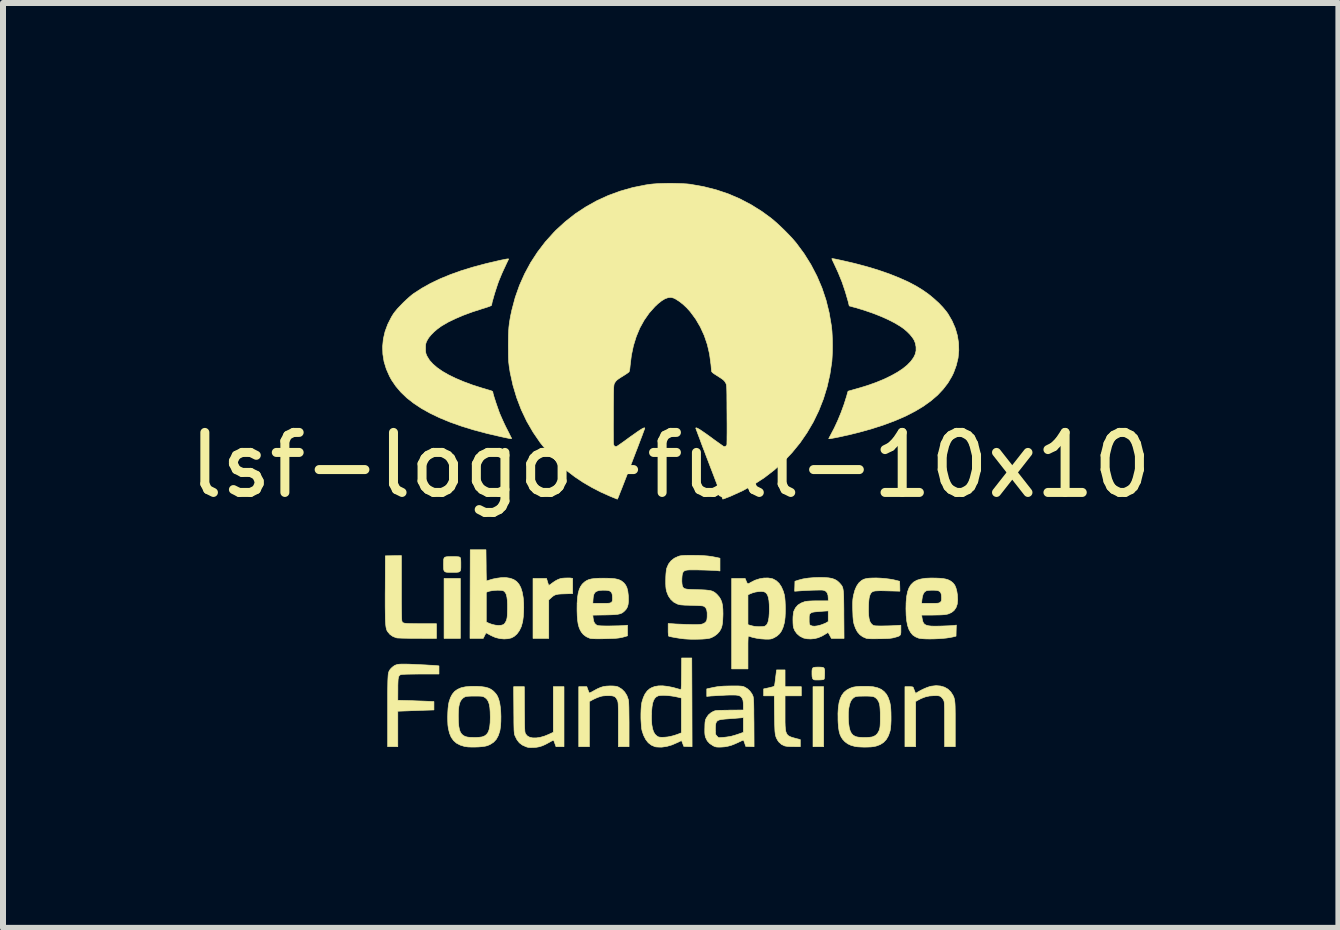
<source format=kicad_pcb>
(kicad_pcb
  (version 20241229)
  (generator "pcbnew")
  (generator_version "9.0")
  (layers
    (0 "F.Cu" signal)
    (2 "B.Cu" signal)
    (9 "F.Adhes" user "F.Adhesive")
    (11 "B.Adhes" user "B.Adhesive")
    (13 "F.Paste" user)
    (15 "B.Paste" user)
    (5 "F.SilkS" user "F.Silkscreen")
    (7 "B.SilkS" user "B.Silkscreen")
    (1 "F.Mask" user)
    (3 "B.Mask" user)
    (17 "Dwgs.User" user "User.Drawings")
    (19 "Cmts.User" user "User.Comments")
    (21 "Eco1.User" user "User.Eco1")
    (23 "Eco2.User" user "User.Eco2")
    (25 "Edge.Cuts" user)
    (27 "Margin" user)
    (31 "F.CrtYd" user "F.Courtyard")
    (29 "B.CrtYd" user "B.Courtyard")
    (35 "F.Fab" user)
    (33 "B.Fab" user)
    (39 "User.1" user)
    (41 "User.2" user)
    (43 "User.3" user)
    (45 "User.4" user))
  (footprint "lsf-logo-full-10x10"
    (layer "F.Cu")
    (at 8.125 4.7)
    (property "Reference" "lsf-logo-full-10x10" (at 0 0 0) (layer "F.SilkS") (effects (font (size 1 1) (thickness 0.15))))
    (attr exclude_from_pos_files exclude_from_bom)
    (fp_poly (pts (xy -3.505 2.887) (xy -3.776 2.887) (xy -3.776 1.888) (xy -3.505 1.888) (xy -3.505 2.887)) (stroke (width 0.01) (type solid)) (fill yes) (layer "F.SilkS"))
    (fp_poly (pts (xy 2.548 4.691) (xy 2.371 4.691) (xy 2.371 3.691) (xy 2.548 3.691) (xy 2.548 4.691)) (stroke (width 0.01) (type solid)) (fill yes) (layer "F.SilkS"))
    (fp_poly (pts (xy 2.502 3.366) (xy 2.532 3.369) (xy 2.551 3.378) (xy 2.561 3.395) (xy 2.565 3.423) (xy 2.565 3.465) (xy 2.565 3.47) (xy 2.564 3.507) (xy 2.562 3.538) (xy 2.559 3.559) (xy 2.557 3.564) (xy 2.548 3.571) (xy 2.528 3.576) (xy 2.496 3.578) (xy 2.475 3.579) (xy 2.44 3.579) (xy 2.41 3.579) (xy 2.391 3.577) (xy 2.388 3.576) (xy 2.372 3.566) (xy 2.362 3.55) (xy 2.356 3.524) (xy 2.354 3.486) (xy 2.354 3.471) (xy 2.354 3.427) (xy 2.358 3.398) (xy 2.368 3.379) (xy 2.387 3.37) (xy 2.417 3.366) (xy 2.458 3.365) (xy 2.502 3.366)) (stroke (width 0.01) (type solid)) (fill yes) (layer "F.SilkS"))
    (fp_poly (pts (xy -1.685 1.88) (xy -1.662 1.882) (xy -1.656 1.883) (xy -1.634 1.888) (xy -1.634 2.14) (xy -1.763 2.144) (xy -1.822 2.146) (xy -1.867 2.149) (xy -1.901 2.155) (xy -1.929 2.164) (xy -1.953 2.177) (xy -1.977 2.196) (xy -1.993 2.21) (xy -2.032 2.246) (xy -2.032 2.887) (xy -2.294 2.887) (xy -2.294 1.888) (xy -2.069 1.888) (xy -2.053 1.941) (xy -2.044 1.969) (xy -2.037 1.991) (xy -2.032 2.001) (xy -2.023 1.999) (xy -2.006 1.989) (xy -1.985 1.973) (xy -1.954 1.95) (xy -1.917 1.926) (xy -1.889 1.911) (xy -1.859 1.898) (xy -1.832 1.889) (xy -1.802 1.884) (xy -1.762 1.881) (xy -1.756 1.881) (xy -1.718 1.88) (xy -1.685 1.88)) (stroke (width 0.01) (type solid)) (fill yes) (layer "F.SilkS"))
    (fp_poly (pts (xy -3.638 1.524) (xy -3.59 1.524) (xy -3.555 1.526) (xy -3.532 1.528) (xy -3.518 1.532) (xy -3.51 1.537) (xy -3.504 1.546) (xy -3.5 1.562) (xy -3.498 1.587) (xy -3.497 1.624) (xy -3.497 1.655) (xy -3.497 1.703) (xy -3.499 1.737) (xy -3.505 1.761) (xy -3.518 1.775) (xy -3.54 1.783) (xy -3.574 1.786) (xy -3.621 1.786) (xy -3.643 1.786) (xy -3.688 1.786) (xy -3.72 1.785) (xy -3.741 1.783) (xy -3.754 1.779) (xy -3.764 1.773) (xy -3.768 1.77) (xy -3.775 1.76) (xy -3.78 1.748) (xy -3.783 1.73) (xy -3.784 1.702) (xy -3.785 1.661) (xy -3.785 1.652) (xy -3.784 1.606) (xy -3.783 1.572) (xy -3.776 1.549) (xy -3.764 1.535) (xy -3.742 1.528) (xy -3.71 1.525) (xy -3.663 1.524) (xy -3.638 1.524)) (stroke (width 0.01) (type solid)) (fill yes) (layer "F.SilkS"))
    (fp_poly (pts (xy -4.487 2.044) (xy -4.487 2.167) (xy -4.487 2.274) (xy -4.486 2.364) (xy -4.485 2.439) (xy -4.484 2.5) (xy -4.483 2.546) (xy -4.481 2.578) (xy -4.479 2.597) (xy -4.478 2.602) (xy -4.472 2.613) (xy -4.465 2.621) (xy -4.454 2.628) (xy -4.437 2.633) (xy -4.414 2.636) (xy -4.381 2.639) (xy -4.338 2.64) (xy -4.282 2.641) (xy -4.213 2.642) (xy -4.165 2.642) (xy -3.903 2.642) (xy -3.903 2.887) (xy -4.219 2.886) (xy -4.291 2.886) (xy -4.36 2.885) (xy -4.422 2.884) (xy -4.476 2.883) (xy -4.519 2.881) (xy -4.55 2.88) (xy -4.566 2.878) (xy -4.566 2.878) (xy -4.626 2.856) (xy -4.676 2.822) (xy -4.715 2.776) (xy -4.726 2.758) (xy -4.732 2.744) (xy -4.737 2.727) (xy -4.742 2.706) (xy -4.746 2.68) (xy -4.749 2.648) (xy -4.752 2.609) (xy -4.754 2.561) (xy -4.755 2.503) (xy -4.756 2.433) (xy -4.757 2.352) (xy -4.757 2.257) (xy -4.757 2.147) (xy -4.756 2.049) (xy -4.754 1.511) (xy -4.487 1.507) (xy -4.487 2.044)) (stroke (width 0.01) (type solid)) (fill yes) (layer "F.SilkS"))
    (fp_poly (pts (xy 1.905 3.691) (xy 2.176 3.691) (xy 2.176 3.844) (xy 1.905 3.844) (xy 1.905 4.114) (xy 1.905 4.206) (xy 1.905 4.282) (xy 1.907 4.345) (xy 1.911 4.395) (xy 1.917 4.435) (xy 1.928 4.466) (xy 1.942 4.49) (xy 1.962 4.509) (xy 1.988 4.523) (xy 2.021 4.536) (xy 2.061 4.547) (xy 2.109 4.56) (xy 2.123 4.563) (xy 2.159 4.573) (xy 2.159 4.691) (xy 2.047 4.69) (xy 1.993 4.689) (xy 1.946 4.686) (xy 1.912 4.681) (xy 1.898 4.678) (xy 1.846 4.653) (xy 1.803 4.614) (xy 1.782 4.585) (xy 1.77 4.563) (xy 1.76 4.543) (xy 1.752 4.522) (xy 1.746 4.498) (xy 1.741 4.47) (xy 1.737 4.434) (xy 1.735 4.39) (xy 1.733 4.336) (xy 1.731 4.269) (xy 1.73 4.188) (xy 1.729 4.151) (xy 1.726 3.844) (xy 1.549 3.844) (xy 1.549 3.728) (xy 1.638 3.709) (xy 1.678 3.699) (xy 1.704 3.692) (xy 1.72 3.685) (xy 1.728 3.677) (xy 1.73 3.671) (xy 1.733 3.657) (xy 1.737 3.629) (xy 1.742 3.591) (xy 1.747 3.548) (xy 1.749 3.533) (xy 1.764 3.412) (xy 1.905 3.412) (xy 1.905 3.691)) (stroke (width 0.01) (type solid)) (fill yes) (layer "F.SilkS"))
    (fp_poly (pts (xy -2.437 4.07) (xy -2.436 4.161) (xy -2.435 4.235) (xy -2.435 4.296) (xy -2.434 4.345) (xy -2.433 4.383) (xy -2.431 4.413) (xy -2.43 4.434) (xy -2.427 4.45) (xy -2.425 4.462) (xy -2.421 4.471) (xy -2.417 4.478) (xy -2.417 4.479) (xy -2.389 4.512) (xy -2.349 4.534) (xy -2.298 4.545) (xy -2.239 4.545) (xy -2.173 4.535) (xy -2.1 4.514) (xy -2.034 4.487) (xy -1.956 4.451) (xy -1.956 3.691) (xy -1.778 3.691) (xy -1.778 4.691) (xy -1.911 4.691) (xy -1.93 4.638) (xy -1.94 4.61) (xy -1.948 4.59) (xy -1.952 4.582) (xy -1.96 4.585) (xy -1.979 4.594) (xy -2.006 4.609) (xy -2.029 4.622) (xy -2.089 4.654) (xy -2.141 4.677) (xy -2.189 4.692) (xy -2.239 4.701) (xy -2.286 4.704) (xy -2.33 4.705) (xy -2.364 4.704) (xy -2.392 4.698) (xy -2.41 4.692) (xy -2.472 4.664) (xy -2.522 4.626) (xy -2.561 4.576) (xy -2.592 4.514) (xy -2.597 4.502) (xy -2.601 4.491) (xy -2.604 4.478) (xy -2.606 4.461) (xy -2.608 4.44) (xy -2.61 4.413) (xy -2.611 4.377) (xy -2.612 4.332) (xy -2.613 4.276) (xy -2.613 4.206) (xy -2.614 4.122) (xy -2.614 4.079) (xy -2.617 3.691) (xy -2.439 3.691) (xy -2.437 4.07)) (stroke (width 0.01) (type solid)) (fill yes) (layer "F.SilkS"))
    (fp_poly (pts (xy 4.495 3.68) (xy 4.561 3.699) (xy 4.619 3.732) (xy 4.667 3.779) (xy 4.702 3.833) (xy 4.711 3.852) (xy 4.719 3.871) (xy 4.725 3.892) (xy 4.73 3.916) (xy 4.734 3.945) (xy 4.737 3.98) (xy 4.739 4.024) (xy 4.74 4.079) (xy 4.741 4.144) (xy 4.741 4.224) (xy 4.741 4.318) (xy 4.741 4.327) (xy 4.741 4.691) (xy 4.564 4.691) (xy 4.563 4.32) (xy 4.563 4.231) (xy 4.563 4.156) (xy 4.563 4.096) (xy 4.562 4.047) (xy 4.561 4.01) (xy 4.56 3.98) (xy 4.558 3.958) (xy 4.556 3.942) (xy 4.553 3.93) (xy 4.549 3.92) (xy 4.547 3.915) (xy 4.53 3.888) (xy 4.508 3.864) (xy 4.503 3.86) (xy 4.489 3.851) (xy 4.474 3.845) (xy 4.455 3.842) (xy 4.427 3.84) (xy 4.386 3.841) (xy 4.386 3.841) (xy 4.31 3.846) (xy 4.241 3.862) (xy 4.171 3.889) (xy 4.125 3.913) (xy 4.081 3.938) (xy 4.081 4.691) (xy 3.903 4.691) (xy 3.903 3.691) (xy 3.97 3.691) (xy 4.004 3.692) (xy 4.025 3.694) (xy 4.036 3.698) (xy 4.042 3.705) (xy 4.043 3.711) (xy 4.051 3.73) (xy 4.061 3.756) (xy 4.065 3.766) (xy 4.081 3.803) (xy 4.117 3.78) (xy 4.165 3.753) (xy 4.218 3.727) (xy 4.27 3.705) (xy 4.317 3.689) (xy 4.342 3.683) (xy 4.422 3.674) (xy 4.495 3.68)) (stroke (width 0.01) (type solid)) (fill yes) (layer "F.SilkS"))
    (fp_poly (pts (xy -1.003 3.679) (xy -0.958 3.68) (xy -0.925 3.683) (xy -0.899 3.687) (xy -0.877 3.695) (xy -0.87 3.698) (xy -0.814 3.733) (xy -0.767 3.78) (xy -0.73 3.839) (xy -0.706 3.907) (xy -0.704 3.918) (xy -0.701 3.94) (xy -0.699 3.979) (xy -0.697 4.033) (xy -0.696 4.102) (xy -0.695 4.186) (xy -0.694 4.285) (xy -0.694 4.327) (xy -0.694 4.691) (xy -0.872 4.691) (xy -0.872 4.32) (xy -0.872 4.231) (xy -0.872 4.157) (xy -0.872 4.097) (xy -0.873 4.05) (xy -0.874 4.012) (xy -0.875 3.983) (xy -0.877 3.962) (xy -0.879 3.946) (xy -0.882 3.934) (xy -0.885 3.924) (xy -0.889 3.915) (xy -0.891 3.912) (xy -0.908 3.882) (xy -0.926 3.862) (xy -0.949 3.85) (xy -0.98 3.843) (xy -1.022 3.841) (xy -1.048 3.841) (xy -1.094 3.842) (xy -1.129 3.845) (xy -1.159 3.851) (xy -1.19 3.861) (xy -1.202 3.865) (xy -1.24 3.88) (xy -1.279 3.898) (xy -1.31 3.914) (xy -1.31 3.914) (xy -1.355 3.939) (xy -1.355 4.691) (xy -1.532 4.691) (xy -1.532 3.691) (xy -1.398 3.691) (xy -1.379 3.743) (xy -1.369 3.769) (xy -1.36 3.789) (xy -1.356 3.797) (xy -1.347 3.794) (xy -1.326 3.784) (xy -1.298 3.769) (xy -1.279 3.758) (xy -1.22 3.726) (xy -1.169 3.704) (xy -1.121 3.689) (xy -1.071 3.682) (xy -1.014 3.679) (xy -1.003 3.679)) (stroke (width 0.01) (type solid)) (fill yes) (layer "F.SilkS"))
    (fp_poly (pts (xy -4.425 3.315) (xy -4.366 3.316) (xy -4.293 3.319) (xy -4.214 3.323) (xy -4.145 3.326) (xy -4.08 3.329) (xy -4.021 3.333) (xy -3.971 3.335) (xy -3.931 3.338) (xy -3.905 3.34) (xy -3.897 3.341) (xy -3.861 3.345) (xy -3.861 3.48) (xy -4.163 3.48) (xy -4.256 3.481) (xy -4.333 3.482) (xy -4.394 3.483) (xy -4.441 3.485) (xy -4.473 3.487) (xy -4.493 3.49) (xy -4.496 3.491) (xy -4.511 3.497) (xy -4.522 3.507) (xy -4.531 3.521) (xy -4.537 3.542) (xy -4.542 3.572) (xy -4.544 3.613) (xy -4.546 3.667) (xy -4.546 3.736) (xy -4.546 3.739) (xy -4.547 3.918) (xy -4.362 3.923) (xy -4.299 3.925) (xy -4.232 3.928) (xy -4.167 3.93) (xy -4.109 3.932) (xy -4.063 3.934) (xy -4.062 3.934) (xy -3.945 3.939) (xy -3.945 4.079) (xy -4.104 4.084) (xy -4.168 4.086) (xy -4.24 4.089) (xy -4.311 4.091) (xy -4.377 4.094) (xy -4.405 4.095) (xy -4.547 4.1) (xy -4.547 4.395) (xy -4.547 4.691) (xy -4.716 4.691) (xy -4.716 4.099) (xy -4.716 3.98) (xy -4.716 3.877) (xy -4.716 3.788) (xy -4.715 3.713) (xy -4.714 3.649) (xy -4.713 3.597) (xy -4.711 3.553) (xy -4.709 3.519) (xy -4.707 3.491) (xy -4.703 3.469) (xy -4.699 3.451) (xy -4.694 3.437) (xy -4.688 3.425) (xy -4.681 3.414) (xy -4.674 3.403) (xy -4.654 3.381) (xy -4.629 3.359) (xy -4.621 3.353) (xy -4.604 3.341) (xy -4.586 3.332) (xy -4.566 3.325) (xy -4.542 3.319) (xy -4.511 3.316) (xy -4.473 3.315) (xy -4.425 3.315)) (stroke (width 0.01) (type solid)) (fill yes) (layer "F.SilkS"))
    (fp_poly (pts (xy 1.689 1.891) (xy 1.706 1.897) (xy 1.759 1.926) (xy 1.806 1.97) (xy 1.845 2.029) (xy 1.876 2.101) (xy 1.894 2.163) (xy 1.901 2.208) (xy 1.906 2.264) (xy 1.909 2.33) (xy 1.91 2.399) (xy 1.909 2.468) (xy 1.906 2.533) (xy 1.9 2.589) (xy 1.893 2.629) (xy 1.872 2.703) (xy 1.846 2.762) (xy 1.813 2.809) (xy 1.772 2.846) (xy 1.729 2.872) (xy 1.704 2.884) (xy 1.683 2.892) (xy 1.663 2.897) (xy 1.637 2.899) (xy 1.603 2.899) (xy 1.575 2.899) (xy 1.502 2.894) (xy 1.426 2.883) (xy 1.355 2.867) (xy 1.302 2.849) (xy 1.298 2.848) (xy 1.294 2.851) (xy 1.292 2.858) (xy 1.29 2.872) (xy 1.289 2.893) (xy 1.288 2.925) (xy 1.287 2.968) (xy 1.287 3.025) (xy 1.287 3.096) (xy 1.287 3.119) (xy 1.287 3.395) (xy 1.016 3.395) (xy 1.016 2.161) (xy 1.287 2.161) (xy 1.287 2.658) (xy 1.331 2.671) (xy 1.366 2.68) (xy 1.394 2.686) (xy 1.423 2.689) (xy 1.458 2.691) (xy 1.484 2.691) (xy 1.532 2.69) (xy 1.566 2.684) (xy 1.574 2.68) (xy 1.597 2.662) (xy 1.615 2.633) (xy 1.628 2.592) (xy 1.637 2.538) (xy 1.642 2.47) (xy 1.644 2.4) (xy 1.642 2.32) (xy 1.637 2.256) (xy 1.627 2.204) (xy 1.614 2.165) (xy 1.595 2.136) (xy 1.576 2.119) (xy 1.548 2.108) (xy 1.507 2.104) (xy 1.46 2.107) (xy 1.409 2.115) (xy 1.358 2.13) (xy 1.323 2.144) (xy 1.287 2.161) (xy 1.016 2.161) (xy 1.016 1.888) (xy 1.24 1.888) (xy 1.255 1.924) (xy 1.268 1.955) (xy 1.279 1.971) (xy 1.291 1.976) (xy 1.308 1.969) (xy 1.335 1.953) (xy 1.404 1.918) (xy 1.478 1.894) (xy 1.552 1.881) (xy 1.623 1.88) (xy 1.689 1.891)) (stroke (width 0.01) (type solid)) (fill yes) (layer "F.SilkS"))
    (fp_poly (pts (xy 3.497 1.883) (xy 3.571 1.889) (xy 3.644 1.898) (xy 3.713 1.91) (xy 3.755 1.92) (xy 3.814 1.935) (xy 3.817 2.018) (xy 3.819 2.1) (xy 3.622 2.095) (xy 3.548 2.093) (xy 3.489 2.092) (xy 3.443 2.094) (xy 3.408 2.096) (xy 3.382 2.101) (xy 3.363 2.109) (xy 3.349 2.118) (xy 3.338 2.131) (xy 3.337 2.132) (xy 3.324 2.154) (xy 3.314 2.181) (xy 3.306 2.215) (xy 3.301 2.258) (xy 3.297 2.315) (xy 3.296 2.35) (xy 3.295 2.434) (xy 3.298 2.503) (xy 3.306 2.559) (xy 3.318 2.603) (xy 3.337 2.636) (xy 3.361 2.66) (xy 3.367 2.664) (xy 3.379 2.671) (xy 3.394 2.675) (xy 3.417 2.678) (xy 3.449 2.679) (xy 3.494 2.68) (xy 3.509 2.68) (xy 3.565 2.679) (xy 3.626 2.678) (xy 3.686 2.676) (xy 3.732 2.673) (xy 3.835 2.667) (xy 3.835 2.747) (xy 3.835 2.786) (xy 3.832 2.814) (xy 3.823 2.832) (xy 3.807 2.846) (xy 3.78 2.857) (xy 3.74 2.868) (xy 3.729 2.871) (xy 3.704 2.878) (xy 3.678 2.882) (xy 3.648 2.886) (xy 3.613 2.889) (xy 3.567 2.89) (xy 3.51 2.892) (xy 3.476 2.892) (xy 3.407 2.893) (xy 3.353 2.893) (xy 3.312 2.892) (xy 3.282 2.889) (xy 3.261 2.886) (xy 3.255 2.884) (xy 3.198 2.859) (xy 3.151 2.824) (xy 3.111 2.778) (xy 3.079 2.718) (xy 3.053 2.644) (xy 3.052 2.637) (xy 3.046 2.61) (xy 3.041 2.573) (xy 3.037 2.526) (xy 3.035 2.465) (xy 3.033 2.417) (xy 3.032 2.356) (xy 3.032 2.308) (xy 3.033 2.269) (xy 3.035 2.237) (xy 3.039 2.208) (xy 3.044 2.177) (xy 3.047 2.164) (xy 3.069 2.083) (xy 3.098 2.016) (xy 3.135 1.962) (xy 3.18 1.922) (xy 3.216 1.902) (xy 3.251 1.892) (xy 3.299 1.884) (xy 3.359 1.881) (xy 3.426 1.88) (xy 3.497 1.883)) (stroke (width 0.01) (type solid)) (fill yes) (layer "F.SilkS"))
    (fp_poly (pts (xy -3.075 1.67) (xy -3.075 1.734) (xy -3.074 1.793) (xy -3.073 1.844) (xy -3.072 1.885) (xy -3.071 1.914) (xy -3.071 1.929) (xy -3.07 1.93) (xy -3.062 1.928) (xy -3.042 1.921) (xy -3.022 1.915) (xy -2.961 1.897) (xy -2.894 1.884) (xy -2.827 1.875) (xy -2.766 1.873) (xy -2.742 1.874) (xy -2.674 1.885) (xy -2.616 1.906) (xy -2.568 1.938) (xy -2.529 1.983) (xy -2.498 2.04) (xy -2.475 2.112) (xy -2.459 2.198) (xy -2.455 2.232) (xy -2.45 2.299) (xy -2.449 2.374) (xy -2.451 2.451) (xy -2.456 2.524) (xy -2.464 2.588) (xy -2.468 2.612) (xy -2.49 2.691) (xy -2.522 2.758) (xy -2.562 2.813) (xy -2.61 2.855) (xy -2.656 2.879) (xy -2.712 2.892) (xy -2.776 2.896) (xy -2.843 2.89) (xy -2.907 2.875) (xy -2.913 2.874) (xy -2.952 2.858) (xy -2.993 2.839) (xy -3.025 2.822) (xy -3.05 2.808) (xy -3.069 2.798) (xy -3.077 2.795) (xy -3.077 2.795) (xy -3.082 2.804) (xy -3.092 2.823) (xy -3.102 2.843) (xy -3.124 2.887) (xy -3.344 2.887) (xy -3.342 2.148) (xy -3.342 2.118) (xy -3.073 2.118) (xy -3.073 2.614) (xy -3.025 2.636) (xy -2.974 2.654) (xy -2.922 2.666) (xy -2.871 2.671) (xy -2.825 2.668) (xy -2.79 2.658) (xy -2.782 2.654) (xy -2.767 2.639) (xy -2.751 2.614) (xy -2.742 2.597) (xy -2.735 2.579) (xy -2.73 2.561) (xy -2.726 2.54) (xy -2.723 2.512) (xy -2.721 2.475) (xy -2.72 2.424) (xy -2.719 2.403) (xy -2.719 2.32) (xy -2.722 2.252) (xy -2.729 2.198) (xy -2.739 2.156) (xy -2.754 2.125) (xy -2.774 2.103) (xy -2.788 2.094) (xy -2.811 2.088) (xy -2.846 2.085) (xy -2.889 2.084) (xy -2.934 2.087) (xy -2.979 2.092) (xy -3.017 2.099) (xy -3.033 2.104) (xy -3.073 2.118) (xy -3.342 2.118) (xy -3.34 1.41) (xy -3.078 1.41) (xy -3.075 1.67)) (stroke (width 0.01) (type solid)) (fill yes) (layer "F.SilkS"))
    (fp_poly (pts (xy 0.354 3.952) (xy 0.356 4.691) (xy 0.287 4.689) (xy 0.218 4.686) (xy 0.201 4.64) (xy 0.191 4.614) (xy 0.184 4.596) (xy 0.181 4.591) (xy 0.174 4.593) (xy 0.154 4.601) (xy 0.127 4.615) (xy 0.111 4.622) (xy 0.022 4.661) (xy -0.064 4.686) (xy -0.146 4.698) (xy -0.172 4.698) (xy -0.208 4.697) (xy -0.239 4.695) (xy -0.26 4.692) (xy -0.262 4.691) (xy -0.322 4.665) (xy -0.374 4.625) (xy -0.416 4.571) (xy -0.451 4.503) (xy -0.476 4.429) (xy -0.484 4.391) (xy -0.489 4.339) (xy -0.493 4.278) (xy -0.495 4.242) (xy -0.32 4.242) (xy -0.315 4.322) (xy -0.303 4.389) (xy -0.286 4.442) (xy -0.261 4.484) (xy -0.23 4.513) (xy -0.207 4.527) (xy -0.181 4.533) (xy -0.143 4.535) (xy -0.097 4.533) (xy -0.046 4.528) (xy 0.004 4.518) (xy 0.025 4.513) (xy 0.064 4.502) (xy 0.103 4.489) (xy 0.133 4.478) (xy 0.178 4.46) (xy 0.178 3.88) (xy 0.121 3.866) (xy 0.06 3.853) (xy -0.002 3.844) (xy -0.063 3.838) (xy -0.119 3.835) (xy -0.166 3.837) (xy -0.201 3.842) (xy -0.209 3.844) (xy -0.241 3.861) (xy -0.266 3.886) (xy -0.286 3.921) (xy -0.301 3.967) (xy -0.311 4.025) (xy -0.318 4.098) (xy -0.32 4.146) (xy -0.32 4.242) (xy -0.495 4.242) (xy -0.496 4.212) (xy -0.496 4.144) (xy -0.494 4.079) (xy -0.49 4.021) (xy -0.484 3.973) (xy -0.48 3.95) (xy -0.456 3.873) (xy -0.427 3.811) (xy -0.391 3.762) (xy -0.348 3.725) (xy -0.319 3.709) (xy -0.265 3.688) (xy -0.203 3.678) (xy -0.133 3.677) (xy -0.053 3.686) (xy 0.038 3.704) (xy 0.142 3.733) (xy 0.163 3.74) (xy 0.167 3.74) (xy 0.17 3.737) (xy 0.173 3.729) (xy 0.175 3.714) (xy 0.176 3.691) (xy 0.178 3.658) (xy 0.178 3.613) (xy 0.179 3.555) (xy 0.18 3.481) (xy 0.18 3.479) (xy 0.182 3.213) (xy 0.351 3.213) (xy 0.354 3.952)) (stroke (width 0.01) (type solid)) (fill yes) (layer "F.SilkS"))
    (fp_poly (pts (xy 2.695 -3.441) (xy 2.719 -3.438) (xy 2.755 -3.431) (xy 2.802 -3.421) (xy 2.857 -3.409) (xy 2.919 -3.395) (xy 2.984 -3.38) (xy 3.052 -3.364) (xy 3.061 -3.362) (xy 3.265 -3.308) (xy 3.457 -3.25) (xy 3.637 -3.188) (xy 3.803 -3.122) (xy 3.955 -3.054) (xy 4.092 -2.982) (xy 4.208 -2.91) (xy 4.297 -2.847) (xy 4.382 -2.777) (xy 4.462 -2.705) (xy 4.533 -2.631) (xy 4.592 -2.56) (xy 4.619 -2.523) (xy 4.687 -2.406) (xy 4.74 -2.285) (xy 4.776 -2.162) (xy 4.796 -2.037) (xy 4.8 -1.911) (xy 4.788 -1.785) (xy 4.758 -1.661) (xy 4.713 -1.538) (xy 4.684 -1.479) (xy 4.619 -1.369) (xy 4.539 -1.265) (xy 4.445 -1.165) (xy 4.335 -1.071) (xy 4.211 -0.982) (xy 4.071 -0.898) (xy 3.916 -0.818) (xy 3.745 -0.744) (xy 3.559 -0.674) (xy 3.356 -0.608) (xy 3.138 -0.547) (xy 3.086 -0.534) (xy 3.029 -0.52) (xy 2.969 -0.505) (xy 2.907 -0.492) (xy 2.847 -0.478) (xy 2.79 -0.466) (xy 2.739 -0.456) (xy 2.695 -0.448) (xy 2.662 -0.442) (xy 2.64 -0.44) (xy 2.633 -0.44) (xy 2.637 -0.45) (xy 2.648 -0.471) (xy 2.663 -0.499) (xy 2.668 -0.509) (xy 2.726 -0.619) (xy 2.783 -0.742) (xy 2.838 -0.875) (xy 2.888 -1.012) (xy 2.932 -1.151) (xy 2.941 -1.185) (xy 2.955 -1.232) (xy 3.11 -1.276) (xy 3.267 -1.323) (xy 3.412 -1.374) (xy 3.545 -1.428) (xy 3.664 -1.485) (xy 3.771 -1.544) (xy 3.863 -1.604) (xy 3.94 -1.666) (xy 4.002 -1.73) (xy 4.048 -1.794) (xy 4.073 -1.846) (xy 4.088 -1.905) (xy 4.088 -1.97) (xy 4.075 -2.035) (xy 4.056 -2.083) (xy 4.027 -2.128) (xy 3.987 -2.177) (xy 3.937 -2.227) (xy 3.883 -2.273) (xy 3.831 -2.31) (xy 3.734 -2.368) (xy 3.623 -2.425) (xy 3.499 -2.48) (xy 3.364 -2.533) (xy 3.221 -2.582) (xy 3.072 -2.627) (xy 3.047 -2.633) (xy 2.975 -2.653) (xy 2.956 -2.73) (xy 2.91 -2.888) (xy 2.855 -3.051) (xy 2.79 -3.21) (xy 2.733 -3.334) (xy 2.715 -3.372) (xy 2.7 -3.404) (xy 2.689 -3.428) (xy 2.685 -3.44) (xy 2.685 -3.441) (xy 2.695 -3.441)) (stroke (width 0.01) (type solid)) (fill yes) (layer "F.SilkS"))
    (fp_poly (pts (xy 4.419 1.882) (xy 4.486 1.885) (xy 4.539 1.89) (xy 4.582 1.898) (xy 4.618 1.908) (xy 4.649 1.923) (xy 4.67 1.935) (xy 4.705 1.964) (xy 4.733 2) (xy 4.753 2.047) (xy 4.768 2.105) (xy 4.777 2.164) (xy 4.781 2.246) (xy 4.774 2.316) (xy 4.754 2.374) (xy 4.722 2.42) (xy 4.679 2.455) (xy 4.622 2.48) (xy 4.585 2.488) (xy 4.561 2.491) (xy 4.524 2.494) (xy 4.477 2.496) (xy 4.423 2.497) (xy 4.366 2.498) (xy 4.358 2.498) (xy 4.181 2.498) (xy 4.187 2.542) (xy 4.194 2.581) (xy 4.203 2.612) (xy 4.216 2.637) (xy 4.235 2.655) (xy 4.262 2.668) (xy 4.299 2.677) (xy 4.346 2.682) (xy 4.407 2.683) (xy 4.481 2.682) (xy 4.514 2.681) (xy 4.57 2.679) (xy 4.622 2.677) (xy 4.667 2.675) (xy 4.702 2.672) (xy 4.724 2.671) (xy 4.727 2.67) (xy 4.759 2.665) (xy 4.756 2.757) (xy 4.754 2.849) (xy 4.699 2.863) (xy 4.651 2.872) (xy 4.593 2.881) (xy 4.527 2.887) (xy 4.457 2.892) (xy 4.386 2.895) (xy 4.317 2.896) (xy 4.253 2.895) (xy 4.197 2.892) (xy 4.153 2.887) (xy 4.129 2.882) (xy 4.077 2.86) (xy 4.033 2.83) (xy 3.998 2.788) (xy 3.969 2.736) (xy 3.947 2.672) (xy 3.932 2.594) (xy 3.923 2.503) (xy 3.92 2.396) (xy 3.92 2.384) (xy 3.922 2.303) (xy 4.18 2.303) (xy 4.324 2.303) (xy 4.377 2.303) (xy 4.416 2.302) (xy 4.444 2.301) (xy 4.463 2.298) (xy 4.476 2.294) (xy 4.486 2.289) (xy 4.49 2.285) (xy 4.502 2.274) (xy 4.509 2.262) (xy 4.512 2.243) (xy 4.513 2.212) (xy 4.513 2.209) (xy 4.51 2.162) (xy 4.501 2.128) (xy 4.484 2.106) (xy 4.459 2.093) (xy 4.456 2.092) (xy 4.425 2.086) (xy 4.385 2.084) (xy 4.341 2.084) (xy 4.3 2.086) (xy 4.267 2.091) (xy 4.259 2.094) (xy 4.23 2.112) (xy 4.208 2.146) (xy 4.193 2.193) (xy 4.186 2.242) (xy 4.18 2.303) (xy 3.922 2.303) (xy 3.923 2.276) (xy 3.932 2.184) (xy 3.948 2.106) (xy 3.972 2.042) (xy 4.005 1.99) (xy 4.047 1.949) (xy 4.101 1.918) (xy 4.166 1.898) (xy 4.244 1.885) (xy 4.336 1.881) (xy 4.419 1.882)) (stroke (width 0.01) (type solid)) (fill yes) (layer "F.SilkS"))
    (fp_poly (pts (xy -3.235 3.685) (xy -3.157 3.69) (xy -3.093 3.699) (xy -3.041 3.713) (xy -2.998 3.733) (xy -2.961 3.759) (xy -2.937 3.782) (xy -2.909 3.814) (xy -2.889 3.845) (xy -2.873 3.881) (xy -2.863 3.91) (xy -2.849 3.964) (xy -2.839 4.031) (xy -2.832 4.107) (xy -2.829 4.186) (xy -2.83 4.265) (xy -2.834 4.339) (xy -2.843 4.405) (xy -2.848 4.432) (xy -2.873 4.507) (xy -2.907 4.569) (xy -2.953 4.618) (xy -3.011 4.655) (xy -3.056 4.674) (xy -3.093 4.683) (xy -3.142 4.69) (xy -3.2 4.695) (xy -3.261 4.697) (xy -3.321 4.697) (xy -3.377 4.695) (xy -3.422 4.689) (xy -3.435 4.687) (xy -3.508 4.664) (xy -3.569 4.632) (xy -3.618 4.589) (xy -3.657 4.534) (xy -3.685 4.467) (xy -3.705 4.385) (xy -3.705 4.385) (xy -3.712 4.331) (xy -3.715 4.267) (xy -3.716 4.196) (xy -3.539 4.196) (xy -3.537 4.281) (xy -3.531 4.35) (xy -3.52 4.406) (xy -3.504 4.45) (xy -3.481 4.483) (xy -3.452 4.507) (xy -3.416 4.524) (xy -3.411 4.525) (xy -3.38 4.532) (xy -3.337 4.536) (xy -3.287 4.537) (xy -3.236 4.537) (xy -3.189 4.534) (xy -3.15 4.529) (xy -3.136 4.526) (xy -3.098 4.51) (xy -3.068 4.487) (xy -3.044 4.454) (xy -3.027 4.412) (xy -3.015 4.357) (xy -3.008 4.289) (xy -3.006 4.206) (xy -3.006 4.196) (xy -3.008 4.111) (xy -3.013 4.041) (xy -3.023 3.985) (xy -3.038 3.94) (xy -3.058 3.906) (xy -3.084 3.88) (xy -3.102 3.868) (xy -3.116 3.86) (xy -3.131 3.855) (xy -3.149 3.851) (xy -3.173 3.849) (xy -3.207 3.848) (xy -3.255 3.848) (xy -3.264 3.848) (xy -3.32 3.848) (xy -3.363 3.85) (xy -3.395 3.852) (xy -3.418 3.857) (xy -3.436 3.865) (xy -3.452 3.875) (xy -3.463 3.883) (xy -3.487 3.908) (xy -3.506 3.938) (xy -3.52 3.977) (xy -3.53 4.024) (xy -3.536 4.084) (xy -3.539 4.157) (xy -3.539 4.196) (xy -3.716 4.196) (xy -3.716 4.196) (xy -3.714 4.124) (xy -3.71 4.056) (xy -3.703 3.994) (xy -3.693 3.945) (xy -3.692 3.942) (xy -3.669 3.874) (xy -3.639 3.817) (xy -3.601 3.771) (xy -3.552 3.736) (xy -3.494 3.71) (xy -3.423 3.694) (xy -3.339 3.686) (xy -3.242 3.685) (xy -3.235 3.685)) (stroke (width 0.01) (type solid)) (fill yes) (layer "F.SilkS"))
    (fp_poly (pts (xy 3.292 3.685) (xy 3.376 3.693) (xy 3.448 3.71) (xy 3.508 3.736) (xy 3.556 3.773) (xy 3.596 3.819) (xy 3.626 3.877) (xy 3.65 3.948) (xy 3.654 3.967) (xy 3.662 4.009) (xy 3.667 4.063) (xy 3.67 4.125) (xy 3.671 4.191) (xy 3.671 4.258) (xy 3.668 4.321) (xy 3.663 4.376) (xy 3.657 4.42) (xy 3.654 4.432) (xy 3.628 4.508) (xy 3.592 4.571) (xy 3.546 4.62) (xy 3.49 4.656) (xy 3.422 4.681) (xy 3.378 4.69) (xy 3.335 4.695) (xy 3.282 4.697) (xy 3.224 4.698) (xy 3.167 4.696) (xy 3.115 4.693) (xy 3.074 4.688) (xy 3.068 4.686) (xy 3.003 4.668) (xy 2.95 4.643) (xy 2.904 4.609) (xy 2.9 4.605) (xy 2.867 4.57) (xy 2.841 4.531) (xy 2.821 4.487) (xy 2.806 4.433) (xy 2.796 4.369) (xy 2.79 4.292) (xy 2.788 4.246) (xy 2.788 4.196) (xy 2.959 4.196) (xy 2.962 4.275) (xy 2.964 4.297) (xy 2.974 4.368) (xy 2.989 4.424) (xy 3.01 4.467) (xy 3.039 4.499) (xy 3.076 4.52) (xy 3.091 4.525) (xy 3.123 4.532) (xy 3.166 4.536) (xy 3.216 4.538) (xy 3.268 4.537) (xy 3.315 4.534) (xy 3.354 4.529) (xy 3.367 4.525) (xy 3.411 4.505) (xy 3.446 4.471) (xy 3.472 4.423) (xy 3.477 4.41) (xy 3.482 4.391) (xy 3.486 4.371) (xy 3.489 4.346) (xy 3.491 4.312) (xy 3.492 4.269) (xy 3.492 4.212) (xy 3.492 4.195) (xy 3.492 4.121) (xy 3.489 4.062) (xy 3.485 4.015) (xy 3.478 3.978) (xy 3.468 3.948) (xy 3.455 3.923) (xy 3.441 3.903) (xy 3.423 3.884) (xy 3.405 3.87) (xy 3.385 3.86) (xy 3.359 3.853) (xy 3.324 3.85) (xy 3.278 3.848) (xy 3.23 3.848) (xy 3.172 3.849) (xy 3.128 3.85) (xy 3.095 3.854) (xy 3.07 3.862) (xy 3.051 3.873) (xy 3.033 3.889) (xy 3.015 3.909) (xy 2.995 3.943) (xy 2.979 3.992) (xy 2.967 4.052) (xy 2.96 4.121) (xy 2.959 4.196) (xy 2.788 4.196) (xy 2.787 4.136) (xy 2.793 4.04) (xy 2.805 3.959) (xy 2.825 3.89) (xy 2.852 3.833) (xy 2.887 3.786) (xy 2.931 3.749) (xy 2.983 3.72) (xy 3.015 3.708) (xy 3.042 3.699) (xy 3.071 3.694) (xy 3.107 3.689) (xy 3.152 3.686) (xy 3.193 3.685) (xy 3.292 3.685)) (stroke (width 0.01) (type solid)) (fill yes) (layer "F.SilkS"))
    (fp_poly (pts (xy 2.568 1.873) (xy 2.633 1.878) (xy 2.687 1.888) (xy 2.731 1.903) (xy 2.769 1.924) (xy 2.802 1.952) (xy 2.818 1.969) (xy 2.832 1.985) (xy 2.844 2) (xy 2.854 2.015) (xy 2.862 2.031) (xy 2.868 2.051) (xy 2.873 2.076) (xy 2.877 2.108) (xy 2.88 2.147) (xy 2.882 2.196) (xy 2.883 2.256) (xy 2.884 2.328) (xy 2.885 2.415) (xy 2.885 2.487) (xy 2.888 2.887) (xy 2.678 2.887) (xy 2.65 2.836) (xy 2.636 2.809) (xy 2.626 2.795) (xy 2.618 2.791) (xy 2.609 2.795) (xy 2.605 2.798) (xy 2.521 2.848) (xy 2.457 2.875) (xy 2.399 2.89) (xy 2.334 2.896) (xy 2.271 2.893) (xy 2.215 2.881) (xy 2.212 2.88) (xy 2.154 2.851) (xy 2.105 2.81) (xy 2.068 2.759) (xy 2.047 2.709) (xy 2.041 2.675) (xy 2.038 2.63) (xy 2.037 2.579) (xy 2.037 2.57) (xy 2.307 2.57) (xy 2.307 2.608) (xy 2.309 2.633) (xy 2.312 2.649) (xy 2.318 2.66) (xy 2.327 2.668) (xy 2.355 2.68) (xy 2.395 2.684) (xy 2.443 2.678) (xy 2.499 2.664) (xy 2.505 2.662) (xy 2.54 2.649) (xy 2.572 2.636) (xy 2.595 2.625) (xy 2.597 2.623) (xy 2.625 2.606) (xy 2.625 2.428) (xy 2.546 2.433) (xy 2.484 2.438) (xy 2.436 2.442) (xy 2.401 2.445) (xy 2.375 2.449) (xy 2.357 2.453) (xy 2.345 2.458) (xy 2.335 2.464) (xy 2.329 2.469) (xy 2.319 2.478) (xy 2.313 2.489) (xy 2.309 2.505) (xy 2.307 2.529) (xy 2.307 2.566) (xy 2.307 2.57) (xy 2.037 2.57) (xy 2.038 2.527) (xy 2.043 2.48) (xy 2.049 2.442) (xy 2.052 2.433) (xy 2.079 2.378) (xy 2.119 2.332) (xy 2.172 2.298) (xy 2.235 2.274) (xy 2.256 2.27) (xy 2.281 2.267) (xy 2.319 2.264) (xy 2.366 2.262) (xy 2.419 2.261) (xy 2.465 2.261) (xy 2.625 2.261) (xy 2.625 2.22) (xy 2.621 2.168) (xy 2.608 2.129) (xy 2.586 2.102) (xy 2.554 2.087) (xy 2.537 2.083) (xy 2.515 2.081) (xy 2.48 2.081) (xy 2.434 2.082) (xy 2.381 2.083) (xy 2.322 2.085) (xy 2.262 2.088) (xy 2.203 2.091) (xy 2.148 2.095) (xy 2.135 2.096) (xy 2.065 2.101) (xy 2.068 2.018) (xy 2.07 1.935) (xy 2.128 1.916) (xy 2.203 1.896) (xy 2.292 1.882) (xy 2.39 1.874) (xy 2.488 1.871) (xy 2.568 1.873)) (stroke (width 0.01) (type solid)) (fill yes) (layer "F.SilkS"))
    (fp_poly (pts (xy -1.041 1.885) (xy -0.979 1.888) (xy -0.929 1.893) (xy -0.889 1.901) (xy -0.855 1.912) (xy -0.825 1.927) (xy -0.814 1.934) (xy -0.778 1.964) (xy -0.75 2) (xy -0.729 2.044) (xy -0.715 2.099) (xy -0.707 2.166) (xy -0.705 2.197) (xy -0.704 2.264) (xy -0.709 2.317) (xy -0.72 2.36) (xy -0.739 2.396) (xy -0.766 2.427) (xy -0.786 2.445) (xy -0.806 2.46) (xy -0.828 2.471) (xy -0.854 2.479) (xy -0.887 2.486) (xy -0.928 2.49) (xy -0.981 2.493) (xy -1.046 2.495) (xy -1.091 2.496) (xy -1.298 2.499) (xy -1.293 2.548) (xy -1.284 2.599) (xy -1.266 2.637) (xy -1.238 2.662) (xy -1.234 2.665) (xy -1.222 2.67) (xy -1.208 2.674) (xy -1.188 2.676) (xy -1.16 2.678) (xy -1.122 2.679) (xy -1.07 2.68) (xy -1.033 2.68) (xy -0.975 2.679) (xy -0.918 2.678) (xy -0.865 2.677) (xy -0.821 2.675) (xy -0.79 2.673) (xy -0.79 2.673) (xy -0.72 2.667) (xy -0.72 2.844) (xy -0.766 2.858) (xy -0.799 2.867) (xy -0.832 2.874) (xy -0.866 2.88) (xy -0.904 2.884) (xy -0.951 2.887) (xy -1.007 2.889) (xy -1.076 2.891) (xy -1.105 2.892) (xy -1.176 2.893) (xy -1.232 2.893) (xy -1.275 2.892) (xy -1.308 2.89) (xy -1.332 2.888) (xy -1.349 2.884) (xy -1.406 2.859) (xy -1.456 2.821) (xy -1.488 2.782) (xy -1.51 2.743) (xy -1.528 2.699) (xy -1.542 2.647) (xy -1.551 2.586) (xy -1.557 2.514) (xy -1.56 2.427) (xy -1.56 2.383) (xy -1.559 2.303) (xy -1.298 2.303) (xy -1.153 2.303) (xy -1.1 2.303) (xy -1.061 2.302) (xy -1.033 2.301) (xy -1.014 2.298) (xy -1.002 2.294) (xy -0.992 2.289) (xy -0.989 2.287) (xy -0.979 2.276) (xy -0.973 2.264) (xy -0.97 2.244) (xy -0.97 2.213) (xy -0.97 2.207) (xy -0.973 2.162) (xy -0.982 2.129) (xy -1 2.106) (xy -1.027 2.092) (xy -1.067 2.085) (xy -1.121 2.084) (xy -1.14 2.084) (xy -1.194 2.089) (xy -1.233 2.101) (xy -1.261 2.12) (xy -1.279 2.15) (xy -1.29 2.193) (xy -1.294 2.237) (xy -1.298 2.303) (xy -1.559 2.303) (xy -1.558 2.286) (xy -1.552 2.203) (xy -1.541 2.133) (xy -1.525 2.075) (xy -1.504 2.027) (xy -1.477 1.987) (xy -1.461 1.97) (xy -1.432 1.944) (xy -1.4 1.923) (xy -1.364 1.907) (xy -1.32 1.896) (xy -1.267 1.889) (xy -1.203 1.885) (xy -1.124 1.884) (xy -1.118 1.884) (xy -1.041 1.885)) (stroke (width 0.01) (type solid)) (fill yes) (layer "F.SilkS"))
    (fp_poly (pts (xy 1.122 3.679) (xy 1.155 3.681) (xy 1.179 3.683) (xy 1.198 3.686) (xy 1.214 3.69) (xy 1.229 3.697) (xy 1.234 3.699) (xy 1.279 3.726) (xy 1.32 3.765) (xy 1.353 3.81) (xy 1.368 3.842) (xy 1.372 3.852) (xy 1.375 3.865) (xy 1.377 3.881) (xy 1.38 3.902) (xy 1.381 3.929) (xy 1.383 3.965) (xy 1.384 4.01) (xy 1.385 4.067) (xy 1.385 4.136) (xy 1.386 4.22) (xy 1.387 4.287) (xy 1.389 4.691) (xy 1.32 4.689) (xy 1.25 4.686) (xy 1.234 4.636) (xy 1.224 4.609) (xy 1.217 4.589) (xy 1.214 4.581) (xy 1.206 4.583) (xy 1.186 4.591) (xy 1.158 4.604) (xy 1.141 4.612) (xy 1.071 4.644) (xy 1.01 4.668) (xy 0.954 4.683) (xy 0.899 4.693) (xy 0.847 4.697) (xy 0.806 4.698) (xy 0.777 4.697) (xy 0.756 4.695) (xy 0.736 4.689) (xy 0.713 4.679) (xy 0.706 4.675) (xy 0.652 4.64) (xy 0.61 4.595) (xy 0.583 4.541) (xy 0.58 4.534) (xy 0.574 4.51) (xy 0.57 4.483) (xy 0.568 4.45) (xy 0.568 4.406) (xy 0.568 4.399) (xy 0.745 4.399) (xy 0.745 4.439) (xy 0.746 4.466) (xy 0.749 4.484) (xy 0.755 4.496) (xy 0.764 4.507) (xy 0.771 4.515) (xy 0.797 4.541) (xy 0.879 4.536) (xy 0.924 4.531) (xy 0.972 4.524) (xy 1.015 4.516) (xy 1.024 4.513) (xy 1.067 4.501) (xy 1.114 4.486) (xy 1.149 4.474) (xy 1.211 4.452) (xy 1.211 4.206) (xy 1.162 4.211) (xy 1.137 4.213) (xy 1.099 4.216) (xy 1.052 4.22) (xy 1.001 4.223) (xy 0.969 4.226) (xy 0.902 4.231) (xy 0.85 4.237) (xy 0.81 4.245) (xy 0.782 4.257) (xy 0.764 4.275) (xy 0.753 4.299) (xy 0.747 4.332) (xy 0.745 4.374) (xy 0.745 4.399) (xy 0.568 4.399) (xy 0.569 4.371) (xy 0.57 4.323) (xy 0.572 4.288) (xy 0.576 4.263) (xy 0.58 4.243) (xy 0.588 4.225) (xy 0.595 4.211) (xy 0.628 4.162) (xy 0.672 4.125) (xy 0.711 4.103) (xy 0.724 4.098) (xy 0.737 4.093) (xy 0.754 4.09) (xy 0.776 4.088) (xy 0.805 4.086) (xy 0.844 4.085) (xy 0.895 4.084) (xy 0.961 4.083) (xy 0.98 4.082) (xy 1.211 4.08) (xy 1.211 4.005) (xy 1.209 3.955) (xy 1.204 3.918) (xy 1.194 3.89) (xy 1.179 3.868) (xy 1.175 3.863) (xy 1.161 3.851) (xy 1.143 3.842) (xy 1.118 3.835) (xy 1.086 3.831) (xy 1.043 3.83) (xy 0.989 3.83) (xy 0.921 3.832) (xy 0.871 3.835) (xy 0.813 3.838) (xy 0.758 3.841) (xy 0.71 3.844) (xy 0.671 3.846) (xy 0.645 3.849) (xy 0.637 3.849) (xy 0.601 3.854) (xy 0.601 3.728) (xy 0.663 3.714) (xy 0.721 3.702) (xy 0.775 3.692) (xy 0.828 3.686) (xy 0.886 3.682) (xy 0.952 3.68) (xy 1.02 3.679) (xy 1.078 3.679) (xy 1.122 3.679)) (stroke (width 0.01) (type solid)) (fill yes) (layer "F.SilkS"))
    (fp_poly (pts (xy -2.701 -3.435) (xy -2.701 -3.434) (xy -2.704 -3.426) (xy -2.714 -3.405) (xy -2.729 -3.374) (xy -2.747 -3.336) (xy -2.763 -3.301) (xy -2.789 -3.246) (xy -2.816 -3.186) (xy -2.841 -3.125) (xy -2.863 -3.072) (xy -2.869 -3.056) (xy -2.884 -3.014) (xy -2.9 -2.965) (xy -2.917 -2.913) (xy -2.934 -2.86) (xy -2.949 -2.808) (xy -2.962 -2.762) (xy -2.973 -2.724) (xy -2.979 -2.697) (xy -2.98 -2.685) (xy -2.985 -2.666) (xy -2.987 -2.661) (xy -2.997 -2.655) (xy -3.021 -2.645) (xy -3.055 -2.633) (xy -3.098 -2.619) (xy -3.147 -2.604) (xy -3.15 -2.603) (xy -3.308 -2.552) (xy -3.454 -2.498) (xy -3.588 -2.441) (xy -3.708 -2.383) (xy -3.812 -2.322) (xy -3.831 -2.31) (xy -3.888 -2.268) (xy -3.943 -2.221) (xy -3.992 -2.171) (xy -4.032 -2.123) (xy -4.056 -2.083) (xy -4.07 -2.055) (xy -4.078 -2.033) (xy -4.083 -2.009) (xy -4.085 -1.98) (xy -4.085 -1.947) (xy -4.085 -1.908) (xy -4.082 -1.879) (xy -4.077 -1.856) (xy -4.068 -1.832) (xy -4.057 -1.81) (xy -4.018 -1.747) (xy -3.962 -1.685) (xy -3.89 -1.623) (xy -3.802 -1.562) (xy -3.699 -1.503) (xy -3.582 -1.446) (xy -3.45 -1.39) (xy -3.304 -1.336) (xy -3.145 -1.285) (xy -3.096 -1.271) (xy -3.047 -1.256) (xy -3.012 -1.246) (xy -2.988 -1.238) (xy -2.974 -1.231) (xy -2.966 -1.226) (xy -2.964 -1.22) (xy -2.963 -1.215) (xy -2.961 -1.199) (xy -2.953 -1.171) (xy -2.942 -1.132) (xy -2.927 -1.086) (xy -2.911 -1.036) (xy -2.893 -0.984) (xy -2.875 -0.933) (xy -2.859 -0.887) (xy -2.844 -0.848) (xy -2.843 -0.847) (xy -2.824 -0.803) (xy -2.8 -0.749) (xy -2.773 -0.69) (xy -2.745 -0.632) (xy -2.727 -0.597) (xy -2.704 -0.552) (xy -2.684 -0.512) (xy -2.668 -0.479) (xy -2.656 -0.457) (xy -2.652 -0.447) (xy -2.651 -0.447) (xy -2.652 -0.443) (xy -2.658 -0.442) (xy -2.671 -0.442) (xy -2.695 -0.446) (xy -2.729 -0.453) (xy -2.777 -0.463) (xy -2.828 -0.474) (xy -3.065 -0.529) (xy -3.286 -0.588) (xy -3.49 -0.651) (xy -3.679 -0.718) (xy -3.853 -0.79) (xy -4.011 -0.866) (xy -4.154 -0.946) (xy -4.282 -1.031) (xy -4.396 -1.12) (xy -4.495 -1.215) (xy -4.58 -1.315) (xy -4.651 -1.419) (xy -4.684 -1.479) (xy -4.738 -1.601) (xy -4.776 -1.725) (xy -4.796 -1.85) (xy -4.8 -1.976) (xy -4.788 -2.101) (xy -4.759 -2.226) (xy -4.714 -2.348) (xy -4.653 -2.468) (xy -4.619 -2.523) (xy -4.59 -2.561) (xy -4.552 -2.607) (xy -4.505 -2.656) (xy -4.455 -2.708) (xy -4.402 -2.758) (xy -4.351 -2.804) (xy -4.304 -2.843) (xy -4.278 -2.862) (xy -4.145 -2.948) (xy -4 -3.029) (xy -3.843 -3.104) (xy -3.673 -3.174) (xy -3.489 -3.24) (xy -3.29 -3.301) (xy -3.076 -3.358) (xy -2.884 -3.403) (xy -2.822 -3.417) (xy -2.775 -3.426) (xy -2.742 -3.433) (xy -2.719 -3.436) (xy -2.706 -3.437) (xy -2.701 -3.435)) (stroke (width 0.01) (type solid)) (fill yes) (layer "F.SilkS"))
    (fp_poly (pts (xy 0.364 1.503) (xy 0.462 1.504) (xy 0.546 1.508) (xy 0.621 1.514) (xy 0.691 1.524) (xy 0.758 1.537) (xy 0.764 1.538) (xy 0.821 1.551) (xy 0.821 1.763) (xy 0.777 1.758) (xy 0.756 1.756) (xy 0.722 1.754) (xy 0.676 1.752) (xy 0.621 1.75) (xy 0.561 1.748) (xy 0.508 1.747) (xy 0.432 1.745) (xy 0.37 1.745) (xy 0.322 1.745) (xy 0.285 1.747) (xy 0.258 1.751) (xy 0.238 1.757) (xy 0.223 1.765) (xy 0.212 1.776) (xy 0.203 1.789) (xy 0.194 1.813) (xy 0.189 1.848) (xy 0.186 1.89) (xy 0.185 1.934) (xy 0.188 1.975) (xy 0.193 2.008) (xy 0.199 2.024) (xy 0.207 2.037) (xy 0.216 2.048) (xy 0.229 2.056) (xy 0.248 2.062) (xy 0.274 2.067) (xy 0.31 2.07) (xy 0.359 2.072) (xy 0.421 2.074) (xy 0.445 2.075) (xy 0.519 2.077) (xy 0.578 2.08) (xy 0.626 2.085) (xy 0.664 2.091) (xy 0.694 2.1) (xy 0.72 2.113) (xy 0.743 2.129) (xy 0.766 2.149) (xy 0.773 2.156) (xy 0.807 2.195) (xy 0.832 2.235) (xy 0.851 2.282) (xy 0.863 2.336) (xy 0.869 2.4) (xy 0.871 2.478) (xy 0.87 2.51) (xy 0.867 2.576) (xy 0.863 2.628) (xy 0.856 2.67) (xy 0.847 2.705) (xy 0.833 2.736) (xy 0.815 2.767) (xy 0.813 2.77) (xy 0.779 2.809) (xy 0.733 2.845) (xy 0.681 2.873) (xy 0.652 2.883) (xy 0.623 2.889) (xy 0.58 2.894) (xy 0.527 2.898) (xy 0.467 2.9) (xy 0.403 2.901) (xy 0.339 2.901) (xy 0.278 2.898) (xy 0.231 2.895) (xy 0.194 2.891) (xy 0.151 2.885) (xy 0.105 2.878) (xy 0.061 2.87) (xy 0.021 2.863) (xy -0.011 2.856) (xy -0.031 2.85) (xy -0.035 2.848) (xy -0.038 2.838) (xy -0.04 2.815) (xy -0.042 2.782) (xy -0.042 2.742) (xy -0.042 2.639) (xy 0.046 2.644) (xy 0.084 2.647) (xy 0.134 2.649) (xy 0.192 2.651) (xy 0.252 2.654) (xy 0.303 2.655) (xy 0.375 2.657) (xy 0.433 2.657) (xy 0.478 2.655) (xy 0.512 2.651) (xy 0.539 2.643) (xy 0.56 2.633) (xy 0.577 2.619) (xy 0.581 2.616) (xy 0.592 2.602) (xy 0.6 2.588) (xy 0.604 2.568) (xy 0.607 2.539) (xy 0.608 2.517) (xy 0.608 2.459) (xy 0.601 2.415) (xy 0.587 2.382) (xy 0.565 2.359) (xy 0.556 2.353) (xy 0.545 2.349) (xy 0.53 2.345) (xy 0.509 2.343) (xy 0.48 2.341) (xy 0.439 2.339) (xy 0.384 2.337) (xy 0.349 2.336) (xy 0.285 2.334) (xy 0.236 2.333) (xy 0.198 2.33) (xy 0.169 2.328) (xy 0.147 2.324) (xy 0.129 2.319) (xy 0.111 2.314) (xy 0.109 2.313) (xy 0.049 2.281) (xy -0.000131 2.235) (xy -0.039 2.178) (xy -0.066 2.11) (xy -0.077 2.063) (xy -0.081 2.024) (xy -0.083 1.976) (xy -0.083 1.921) (xy -0.082 1.864) (xy -0.079 1.81) (xy -0.074 1.762) (xy -0.068 1.725) (xy -0.064 1.713) (xy -0.036 1.648) (xy 0.006 1.594) (xy 0.06 1.551) (xy 0.125 1.521) (xy 0.134 1.518) (xy 0.154 1.512) (xy 0.176 1.509) (xy 0.204 1.506) (xy 0.241 1.504) (xy 0.288 1.503) (xy 0.349 1.503) (xy 0.364 1.503)) (stroke (width 0.01) (type solid)) (fill yes) (layer "F.SilkS"))
    (fp_poly (pts (xy 0.119 -4.693) (xy 0.198 -4.69) (xy 0.269 -4.686) (xy 0.327 -4.68) (xy 0.33 -4.679) (xy 0.547 -4.641) (xy 0.756 -4.588) (xy 0.957 -4.521) (xy 1.151 -4.438) (xy 1.338 -4.34) (xy 1.519 -4.227) (xy 1.668 -4.118) (xy 1.718 -4.077) (xy 1.776 -4.026) (xy 1.837 -3.969) (xy 1.901 -3.907) (xy 1.962 -3.845) (xy 2.018 -3.786) (xy 2.066 -3.731) (xy 2.092 -3.7) (xy 2.223 -3.523) (xy 2.337 -3.34) (xy 2.436 -3.15) (xy 2.52 -2.953) (xy 2.588 -2.75) (xy 2.64 -2.54) (xy 2.677 -2.323) (xy 2.681 -2.291) (xy 2.687 -2.229) (xy 2.691 -2.155) (xy 2.694 -2.072) (xy 2.695 -1.987) (xy 2.694 -1.903) (xy 2.691 -1.824) (xy 2.687 -1.756) (xy 2.685 -1.727) (xy 2.653 -1.513) (xy 2.606 -1.304) (xy 2.544 -1.102) (xy 2.467 -0.907) (xy 2.376 -0.719) (xy 2.271 -0.54) (xy 2.154 -0.37) (xy 2.023 -0.21) (xy 1.881 -0.059) (xy 1.727 0.08) (xy 1.561 0.208) (xy 1.385 0.323) (xy 1.199 0.426) (xy 1.003 0.515) (xy 0.979 0.525) (xy 0.939 0.54) (xy 0.906 0.553) (xy 0.881 0.562) (xy 0.869 0.565) (xy 0.868 0.566) (xy 0.864 0.557) (xy 0.855 0.534) (xy 0.841 0.498) (xy 0.823 0.451) (xy 0.801 0.395) (xy 0.776 0.33) (xy 0.748 0.258) (xy 0.719 0.181) (xy 0.688 0.1) (xy 0.656 0.017) (xy 0.624 -0.067) (xy 0.592 -0.15) (xy 0.562 -0.231) (xy 0.532 -0.308) (xy 0.505 -0.38) (xy 0.481 -0.446) (xy 0.459 -0.503) (xy 0.442 -0.55) (xy 0.428 -0.586) (xy 0.42 -0.609) (xy 0.417 -0.618) (xy 0.417 -0.618) (xy 0.424 -0.622) (xy 0.438 -0.618) (xy 0.462 -0.606) (xy 0.495 -0.586) (xy 0.538 -0.557) (xy 0.593 -0.519) (xy 0.661 -0.47) (xy 0.672 -0.462) (xy 0.723 -0.424) (xy 0.771 -0.39) (xy 0.813 -0.36) (xy 0.847 -0.336) (xy 0.871 -0.319) (xy 0.885 -0.31) (xy 0.886 -0.31) (xy 0.906 -0.31) (xy 0.925 -0.322) (xy 0.936 -0.341) (xy 0.937 -0.353) (xy 0.937 -0.38) (xy 0.938 -0.421) (xy 0.938 -0.474) (xy 0.939 -0.538) (xy 0.939 -0.61) (xy 0.939 -0.691) (xy 0.938 -0.777) (xy 0.938 -0.847) (xy 0.937 -0.95) (xy 0.937 -1.037) (xy 0.936 -1.11) (xy 0.936 -1.171) (xy 0.935 -1.22) (xy 0.934 -1.259) (xy 0.933 -1.29) (xy 0.931 -1.313) (xy 0.929 -1.33) (xy 0.927 -1.343) (xy 0.924 -1.352) (xy 0.921 -1.36) (xy 0.917 -1.367) (xy 0.905 -1.388) (xy 0.892 -1.405) (xy 0.874 -1.422) (xy 0.85 -1.44) (xy 0.815 -1.463) (xy 0.773 -1.49) (xy 0.729 -1.518) (xy 0.7 -1.539) (xy 0.685 -1.555) (xy 0.682 -1.561) (xy 0.68 -1.576) (xy 0.677 -1.604) (xy 0.674 -1.641) (xy 0.67 -1.684) (xy 0.669 -1.689) (xy 0.647 -1.852) (xy 0.61 -2.01) (xy 0.559 -2.16) (xy 0.494 -2.302) (xy 0.416 -2.435) (xy 0.325 -2.558) (xy 0.324 -2.559) (xy 0.267 -2.622) (xy 0.205 -2.68) (xy 0.142 -2.729) (xy 0.081 -2.768) (xy 0.048 -2.784) (xy 0.005 -2.795) (xy -0.042 -2.791) (xy -0.094 -2.773) (xy -0.15 -2.739) (xy -0.211 -2.691) (xy -0.263 -2.642) (xy -0.359 -2.534) (xy -0.443 -2.414) (xy -0.515 -2.284) (xy -0.574 -2.142) (xy -0.621 -1.991) (xy -0.655 -1.83) (xy -0.676 -1.659) (xy -0.676 -1.658) (xy -0.68 -1.617) (xy -0.685 -1.584) (xy -0.691 -1.561) (xy -0.694 -1.554) (xy -0.706 -1.544) (xy -0.728 -1.528) (xy -0.758 -1.508) (xy -0.782 -1.493) (xy -0.83 -1.463) (xy -0.865 -1.44) (xy -0.891 -1.421) (xy -0.909 -1.404) (xy -0.922 -1.387) (xy -0.934 -1.369) (xy -0.938 -1.361) (xy -0.941 -1.353) (xy -0.944 -1.344) (xy -0.946 -1.331) (xy -0.948 -1.314) (xy -0.95 -1.291) (xy -0.951 -1.261) (xy -0.952 -1.223) (xy -0.953 -1.174) (xy -0.953 -1.115) (xy -0.954 -1.042) (xy -0.955 -0.955) (xy -0.955 -0.855) (xy -0.955 -0.766) (xy -0.956 -0.681) (xy -0.956 -0.602) (xy -0.955 -0.531) (xy -0.955 -0.47) (xy -0.955 -0.419) (xy -0.954 -0.381) (xy -0.953 -0.357) (xy -0.953 -0.349) (xy -0.942 -0.323) (xy -0.924 -0.31) (xy -0.9 -0.312) (xy -0.895 -0.314) (xy -0.884 -0.322) (xy -0.86 -0.338) (xy -0.827 -0.361) (xy -0.786 -0.39) (xy -0.739 -0.424) (xy -0.689 -0.461) (xy -0.682 -0.466) (xy -0.612 -0.515) (xy -0.556 -0.555) (xy -0.511 -0.585) (xy -0.477 -0.606) (xy -0.453 -0.618) (xy -0.438 -0.622) (xy -0.432 -0.619) (xy -0.432 -0.616) (xy -0.435 -0.607) (xy -0.443 -0.583) (xy -0.457 -0.546) (xy -0.474 -0.499) (xy -0.496 -0.442) (xy -0.521 -0.376) (xy -0.548 -0.304) (xy -0.578 -0.227) (xy -0.609 -0.146) (xy -0.641 -0.063) (xy -0.673 0.021) (xy -0.705 0.104) (xy -0.736 0.184) (xy -0.766 0.261) (xy -0.794 0.333) (xy -0.819 0.397) (xy -0.842 0.454) (xy -0.86 0.5) (xy -0.874 0.536) (xy -0.884 0.558) (xy -0.888 0.567) (xy -0.888 0.567) (xy -0.897 0.564) (xy -0.919 0.555) (xy -0.951 0.542) (xy -0.99 0.526) (xy -1.012 0.517) (xy -1.164 0.449) (xy -1.315 0.371) (xy -1.461 0.286) (xy -1.597 0.195) (xy -1.72 0.101) (xy -1.736 0.088) (xy -1.895 -0.056) (xy -2.041 -0.21) (xy -2.174 -0.375) (xy -2.293 -0.549) (xy -2.399 -0.732) (xy -2.49 -0.924) (xy -2.566 -1.123) (xy -2.628 -1.33) (xy -2.675 -1.544) (xy -2.685 -1.609) (xy -2.691 -1.646) (xy -2.695 -1.681) (xy -2.699 -1.716) (xy -2.701 -1.753) (xy -2.703 -1.796) (xy -2.704 -1.847) (xy -2.704 -1.909) (xy -2.705 -1.986) (xy -2.705 -1.994) (xy -2.704 -2.087) (xy -2.703 -2.166) (xy -2.7 -2.235) (xy -2.696 -2.297) (xy -2.689 -2.357) (xy -2.68 -2.416) (xy -2.669 -2.479) (xy -2.654 -2.549) (xy -2.646 -2.586) (xy -2.591 -2.793) (xy -2.52 -2.994) (xy -2.434 -3.187) (xy -2.334 -3.373) (xy -2.218 -3.551) (xy -2.089 -3.72) (xy -1.945 -3.88) (xy -1.914 -3.912) (xy -1.758 -4.055) (xy -1.592 -4.186) (xy -1.416 -4.302) (xy -1.232 -4.405) (xy -1.04 -4.493) (xy -0.84 -4.566) (xy -0.633 -4.625) (xy -0.42 -4.668) (xy -0.347 -4.679) (xy -0.29 -4.685) (xy -0.219 -4.69) (xy -0.14 -4.693) (xy -0.054 -4.695) (xy 0.033 -4.695) (xy 0.119 -4.693)) (stroke (width 0.01) (type solid)) (fill yes) (layer "F.SilkS")))
  (gr_rect
    (start -3 -3)
    (end 19.25 12.41)
    (stroke (width 0.1) (type default))
    (fill no)
    (layer "Edge.Cuts")))
</source>
